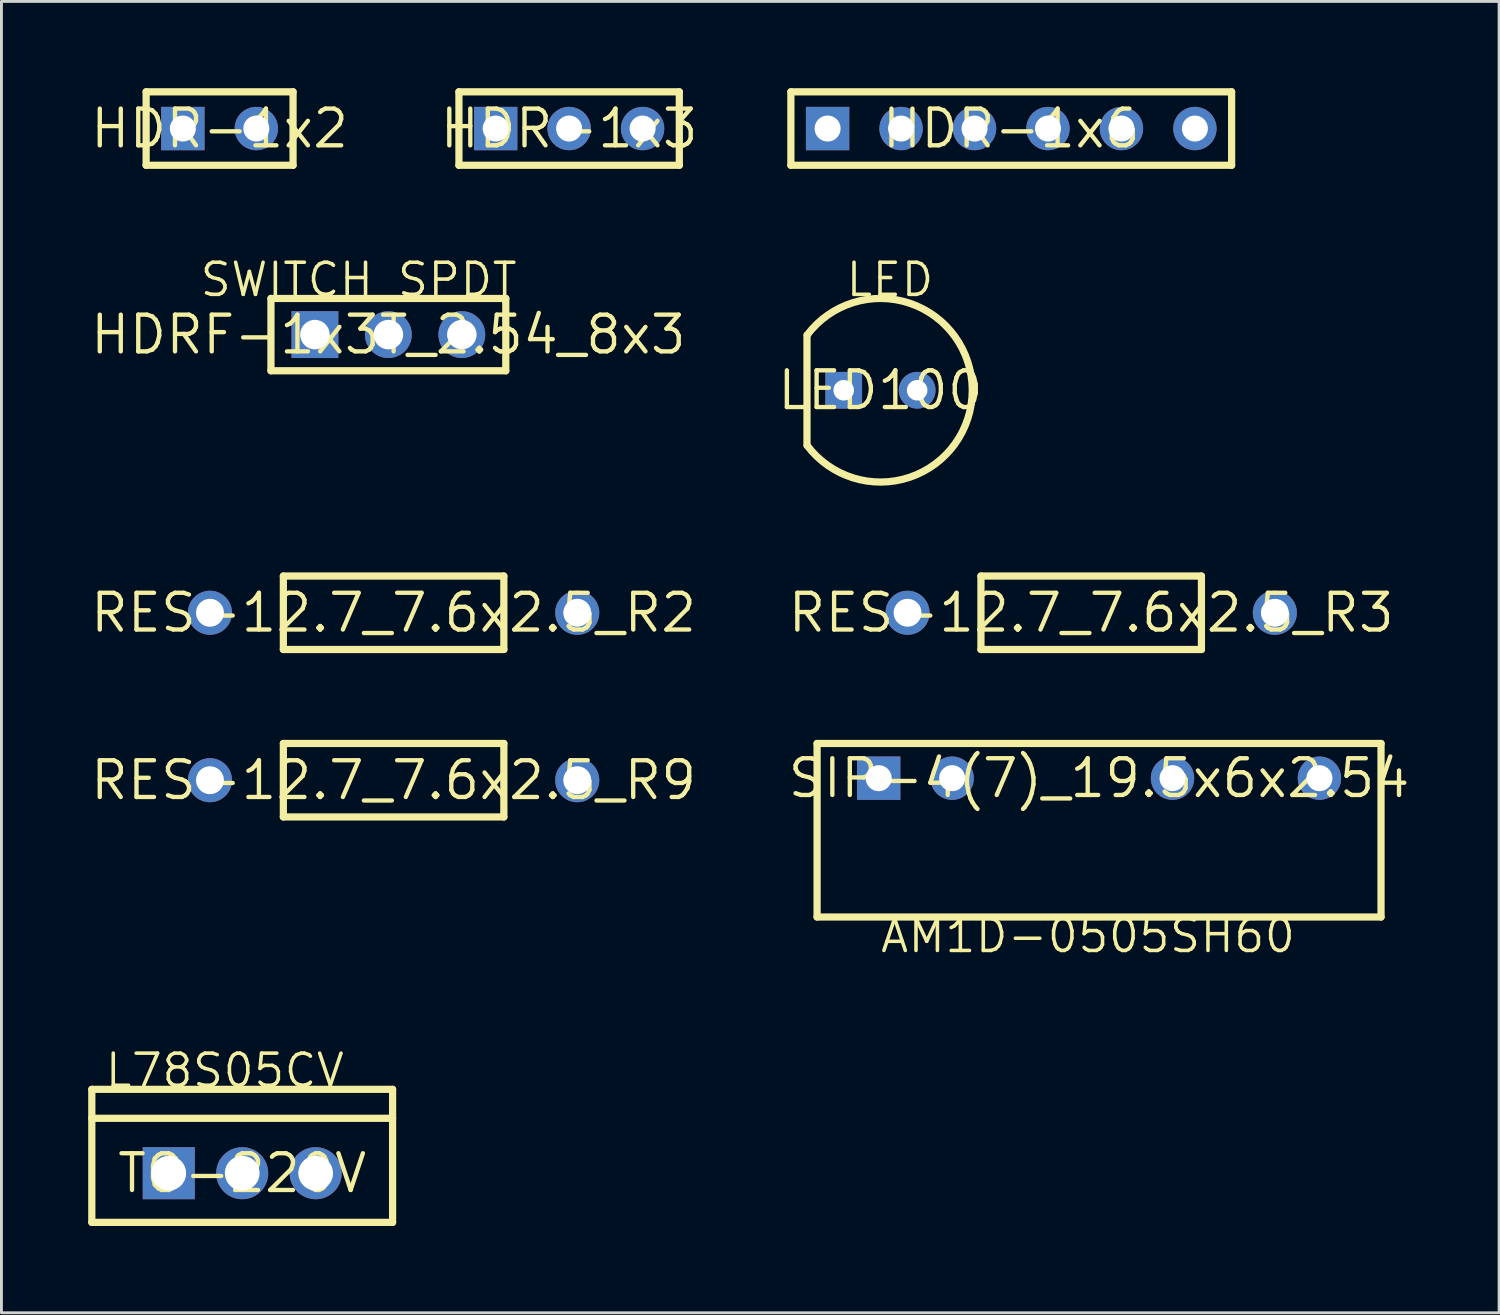
<source format=kicad_pcb>
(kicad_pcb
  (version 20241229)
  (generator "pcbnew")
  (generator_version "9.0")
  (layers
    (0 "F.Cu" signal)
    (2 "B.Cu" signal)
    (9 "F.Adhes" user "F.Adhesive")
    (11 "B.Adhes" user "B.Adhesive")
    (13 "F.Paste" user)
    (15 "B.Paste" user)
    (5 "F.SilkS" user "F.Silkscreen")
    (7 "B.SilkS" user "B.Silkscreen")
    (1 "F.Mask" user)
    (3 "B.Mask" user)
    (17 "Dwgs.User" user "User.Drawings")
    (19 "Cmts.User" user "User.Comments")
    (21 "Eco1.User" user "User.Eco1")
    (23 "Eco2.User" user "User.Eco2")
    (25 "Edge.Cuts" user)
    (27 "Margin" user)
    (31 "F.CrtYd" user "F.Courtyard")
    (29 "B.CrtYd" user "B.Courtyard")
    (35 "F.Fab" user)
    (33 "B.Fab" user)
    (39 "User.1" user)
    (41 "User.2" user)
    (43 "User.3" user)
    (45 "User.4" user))
  (footprint "HDR-1x6"
    (layer "F.Cu")
    (at 31.917 1.395)
    (property "Reference" "HDR-1x6" (at 0 0 0) (layer "F.SilkS") (effects (font (size 1.27 1.27) (thickness 0.15))))
    (fp_line (start -7.62 -1.27) (end 7.62 -1.27) (stroke (width 0.25) (type solid)) (layer "F.SilkS"))
    (fp_line (start -7.62 1.27) (end -7.62 -1.27) (stroke (width 0.25) (type solid)) (layer "F.SilkS"))
    (fp_line (start -7.62 1.27) (end 7.62 1.27) (stroke (width 0.25) (type solid)) (layer "F.SilkS"))
    (fp_line (start 7.62 1.27) (end 7.62 -1.27) (stroke (width 0.25) (type solid)) (layer "F.SilkS"))
    (pad "1" thru_hole rect (at -6.35 0) (size 1.5 1.5) (drill 0.9) (layers "*.Cu" "*.Mask"))
    (pad "2" thru_hole circle (at -3.81 0) (size 1.5 1.5) (drill 0.9) (layers "*.Cu" "*.Mask"))
    (pad "3" thru_hole circle (at -1.27 0) (size 1.5 1.5) (drill 0.9) (layers "*.Cu" "*.Mask"))
    (pad "4" thru_hole circle (at 1.27 0) (size 1.5 1.5) (drill 0.9) (layers "*.Cu" "*.Mask"))
    (pad "5" thru_hole circle (at 3.81 0) (size 1.5 1.5) (drill 0.9) (layers "*.Cu" "*.Mask"))
    (pad "6" thru_hole circle (at 6.35 0) (size 1.5 1.5) (drill 0.9) (layers "*.Cu" "*.Mask")))
  (footprint "LED100"
    (layer "F.Cu")
    (at 27.394 10.444)
    (property "Reference" "LED100" (at 0 0 0) (layer "F.SilkS") (effects (font (size 1.27 1.27) (thickness 0.15))))
    (fp_line (start -2.54 1.903) (end -2.54 -1.903) (stroke (width 0.25) (type solid)) (layer "F.SilkS"))
    (fp_arc (start -2.534 -1.911) (mid 3.1752 0) (end -2.534 1.911) (stroke (width 0.25) (type solid)) (layer "F.SilkS"))
    (fp_text user "LED" (at -1.259 -3.174 0) (unlocked yes) (layer "F.SilkS") (effects (font (size 1.11 1.11) (thickness 0.123)) (justify left bottom)))
    (pad "1" thru_hole rect (at -1.27 0 90) (size 1.27 1.27) (drill 0.711) (layers "*.Cu" "*.Mask"))
    (pad "2" thru_hole circle (at 1.27 0 90) (size 1.27 1.27) (drill 0.711) (layers "*.Cu" "*.Mask")))
  (footprint "RES-12.7_7.6x2.5_R2"
    (layer "F.Cu")
    (at 10.56 18.138)
    (property "Reference" "RES-12.7_7.6x2.5_R2" (at 0 0 0) (layer "F.SilkS") (effects (font (size 1.27 1.27) (thickness 0.15))))
    (fp_line (start -3.812 -1.27) (end 3.812 -1.27) (stroke (width 0.25) (type solid)) (layer "F.SilkS"))
    (fp_line (start -3.812 1.27) (end -3.812 -1.27) (stroke (width 0.25) (type solid)) (layer "F.SilkS"))
    (fp_line (start -3.812 1.27) (end 3.812 1.27) (stroke (width 0.25) (type solid)) (layer "F.SilkS"))
    (fp_line (start 3.812 1.27) (end 3.812 -1.27) (stroke (width 0.25) (type solid)) (layer "F.SilkS"))
    (pad "1" thru_hole circle (at -6.35 0) (size 1.524 1.524) (drill 0.965) (layers "*.Cu" "*.Mask"))
    (pad "2" thru_hole circle (at 6.35 0) (size 1.524 1.524) (drill 0.965) (layers "*.Cu" "*.Mask")))
  (footprint "HDRF-1x3T_2.54_8x3"
    (layer "F.Cu")
    (at 10.379 8.52)
    (property "Reference" "HDRF-1x3T_2.54_8x3" (at 0 0 0) (layer "F.SilkS") (effects (font (size 1.27 1.27) (thickness 0.15))))
    (fp_line (start -4.06 -1.25) (end 4.06 -1.25) (stroke (width 0.25) (type solid)) (layer "F.SilkS"))
    (fp_line (start -4.06 1.25) (end -4.06 -1.25) (stroke (width 0.25) (type solid)) (layer "F.SilkS"))
    (fp_line (start 4.06 -1.25) (end 4.06 1.25) (stroke (width 0.25) (type solid)) (layer "F.SilkS"))
    (fp_line (start 4.06 1.25) (end -4.06 1.25) (stroke (width 0.25) (type solid)) (layer "F.SilkS"))
    (fp_text user "SWITCH_SPDT" (at -6.579 -1.25 0) (unlocked yes) (layer "F.SilkS") (effects (font (size 1.11 1.11) (thickness 0.123)) (justify left bottom)))
    (pad "1" thru_hole rect (at -2.54 0) (size 1.62 1.62) (drill 1.02) (layers "*.Cu" "*.Mask"))
    (pad "2" thru_hole circle (at 0 0) (size 1.62 1.62) (drill 1.02) (layers "*.Cu" "*.Mask"))
    (pad "3" thru_hole circle (at 2.54 0) (size 1.62 1.62) (drill 1.02) (layers "*.Cu" "*.Mask")))
  (footprint "SIP-4(7)_19.5x6x2.54"
    (layer "F.Cu")
    (at 34.953 23.858)
    (property "Reference" "SIP-4(7)_19.5x6x2.54" (at 0 0 0) (layer "F.SilkS") (effects (font (size 1.27 1.27) (thickness 0.15))))
    (fp_line (start -9.75 -1.2) (end 9.75 -1.2) (stroke (width 0.25) (type solid)) (layer "F.SilkS"))
    (fp_line (start -9.75 4.8) (end -9.75 -1.2) (stroke (width 0.25) (type solid)) (layer "F.SilkS"))
    (fp_line (start 9.75 -1.2) (end 9.75 4.8) (stroke (width 0.25) (type solid)) (layer "F.SilkS"))
    (fp_line (start 9.75 4.8) (end -9.75 4.8) (stroke (width 0.25) (type solid)) (layer "F.SilkS"))
    (fp_text user "AM1D-0505SH60" (at -7.626 4.8 0) (unlocked yes) (layer "F.SilkS") (effects (font (size 1.11 1.11) (thickness 0.123)) (justify left top)))
    (pad "1" thru_hole rect (at -7.62 0) (size 1.5 1.5) (drill 0.9) (layers "*.Cu" "*.Mask"))
    (pad "2" thru_hole circle (at -5.08 0) (size 1.5 1.5) (drill 0.9) (layers "*.Cu" "*.Mask"))
    (pad "5" thru_hole circle (at 2.54 0) (size 1.5 1.5) (drill 0.9) (layers "*.Cu" "*.Mask"))
    (pad "7" thru_hole circle (at 7.62 0) (size 1.5 1.5) (drill 0.9) (layers "*.Cu" "*.Mask")))
  (footprint "HDR-1x3"
    (layer "F.Cu")
    (at 16.629 1.395)
    (property "Reference" "HDR-1x3" (at 0 0 0) (layer "F.SilkS") (effects (font (size 1.27 1.27) (thickness 0.15))))
    (fp_line (start -3.81 -1.27) (end 3.81 -1.27) (stroke (width 0.25) (type solid)) (layer "F.SilkS"))
    (fp_line (start -3.81 1.27) (end -3.81 -1.27) (stroke (width 0.25) (type solid)) (layer "F.SilkS"))
    (fp_line (start -3.81 1.27) (end 3.81 1.27) (stroke (width 0.25) (type solid)) (layer "F.SilkS"))
    (fp_line (start 3.81 1.27) (end 3.81 -1.27) (stroke (width 0.25) (type solid)) (layer "F.SilkS"))
    (pad "1" thru_hole rect (at -2.54 0) (size 1.5 1.5) (drill 0.9) (layers "*.Cu" "*.Mask"))
    (pad "2" thru_hole circle (at 0 0) (size 1.5 1.5) (drill 0.9) (layers "*.Cu" "*.Mask"))
    (pad "3" thru_hole circle (at 2.54 0) (size 1.5 1.5) (drill 0.9) (layers "*.Cu" "*.Mask")))
  (footprint "RES-12.7_7.6x2.5_R3"
    (layer "F.Cu")
    (at 34.681 18.138)
    (property "Reference" "RES-12.7_7.6x2.5_R3" (at 0 0 0) (layer "F.SilkS") (effects (font (size 1.27 1.27) (thickness 0.15))))
    (fp_line (start -3.812 -1.27) (end 3.812 -1.27) (stroke (width 0.25) (type solid)) (layer "F.SilkS"))
    (fp_line (start -3.812 1.27) (end -3.812 -1.27) (stroke (width 0.25) (type solid)) (layer "F.SilkS"))
    (fp_line (start -3.812 1.27) (end 3.812 1.27) (stroke (width 0.25) (type solid)) (layer "F.SilkS"))
    (fp_line (start 3.812 1.27) (end 3.812 -1.27) (stroke (width 0.25) (type solid)) (layer "F.SilkS"))
    (pad "1" thru_hole circle (at -6.35 0) (size 1.524 1.524) (drill 0.965) (layers "*.Cu" "*.Mask"))
    (pad "2" thru_hole circle (at 6.35 0) (size 1.524 1.524) (drill 0.965) (layers "*.Cu" "*.Mask")))
  (footprint "RES-12.7_7.6x2.5_R9"
    (layer "F.Cu")
    (at 10.56 23.928)
    (property "Reference" "RES-12.7_7.6x2.5_R9" (at 0 0 0) (layer "F.SilkS") (effects (font (size 1.27 1.27) (thickness 0.15))))
    (fp_line (start -3.812 -1.27) (end 3.812 -1.27) (stroke (width 0.25) (type solid)) (layer "F.SilkS"))
    (fp_line (start -3.812 1.27) (end -3.812 -1.27) (stroke (width 0.25) (type solid)) (layer "F.SilkS"))
    (fp_line (start -3.812 1.27) (end 3.812 1.27) (stroke (width 0.25) (type solid)) (layer "F.SilkS"))
    (fp_line (start 3.812 1.27) (end 3.812 -1.27) (stroke (width 0.25) (type solid)) (layer "F.SilkS"))
    (pad "1" thru_hole circle (at -6.35 0) (size 1.524 1.524) (drill 0.965) (layers "*.Cu" "*.Mask"))
    (pad "2" thru_hole circle (at 6.35 0) (size 1.524 1.524) (drill 0.965) (layers "*.Cu" "*.Mask")))
  (footprint "HDR-1x2"
    (layer "F.Cu")
    (at 4.543 1.395)
    (property "Reference" "HDR-1x2" (at 0 0 0) (layer "F.SilkS") (effects (font (size 1.27 1.27) (thickness 0.15))))
    (fp_line (start -2.54 -1.27) (end 2.54 -1.27) (stroke (width 0.25) (type solid)) (layer "F.SilkS"))
    (fp_line (start -2.54 1.27) (end -2.54 -1.27) (stroke (width 0.25) (type solid)) (layer "F.SilkS"))
    (fp_line (start -2.54 1.27) (end 2.54 1.27) (stroke (width 0.25) (type solid)) (layer "F.SilkS"))
    (fp_line (start 2.54 1.27) (end 2.54 -1.27) (stroke (width 0.25) (type solid)) (layer "F.SilkS"))
    (pad "1" thru_hole rect (at -1.27 0) (size 1.5 1.5) (drill 0.9) (layers "*.Cu" "*.Mask"))
    (pad "2" thru_hole circle (at 1.27 0) (size 1.5 1.5) (drill 0.9) (layers "*.Cu" "*.Mask")))
  (footprint "TO-220V"
    (layer "F.Cu")
    (at 5.325 37.517)
    (property "Reference" "TO-220V" (at 0 0 0) (layer "F.SilkS") (effects (font (size 1.27 1.27) (thickness 0.15))))
    (fp_line (start -5.2 -2.9) (end 5.2 -2.9) (stroke (width 0.25) (type solid)) (layer "F.SilkS"))
    (fp_line (start -5.2 -1.899) (end 5.2 -1.899) (stroke (width 0.25) (type solid)) (layer "F.SilkS"))
    (fp_line (start -5.2 1.7) (end -5.2 -2.9) (stroke (width 0.25) (type solid)) (layer "F.SilkS"))
    (fp_line (start -5.2 1.7) (end 5.2 1.7) (stroke (width 0.25) (type solid)) (layer "F.SilkS"))
    (fp_line (start 5.2 1.7) (end 5.2 -2.9) (stroke (width 0.25) (type solid)) (layer "F.SilkS"))
    (fp_text user "L78S05CV" (at -4.804 -2.9 0) (unlocked yes) (layer "F.SilkS") (effects (font (size 1.11 1.11) (thickness 0.123)) (justify left bottom)))
    (pad "1" thru_hole rect (at -2.54 0) (size 1.8 1.8) (drill 1.2) (layers "*.Cu" "*.Mask"))
    (pad "2" thru_hole circle (at 2.54 0) (size 1.8 1.8) (drill 1.2) (layers "*.Cu" "*.Mask"))
    (pad "3" thru_hole circle (at 0 0) (size 1.8 1.8) (drill 1.2) (layers "*.Cu" "*.Mask")))
  (gr_rect
    (start -3 -3)
    (end 48.786 42.342)
    (stroke (width 0.1) (type default))
    (fill no)
    (layer "Edge.Cuts")))
</source>
